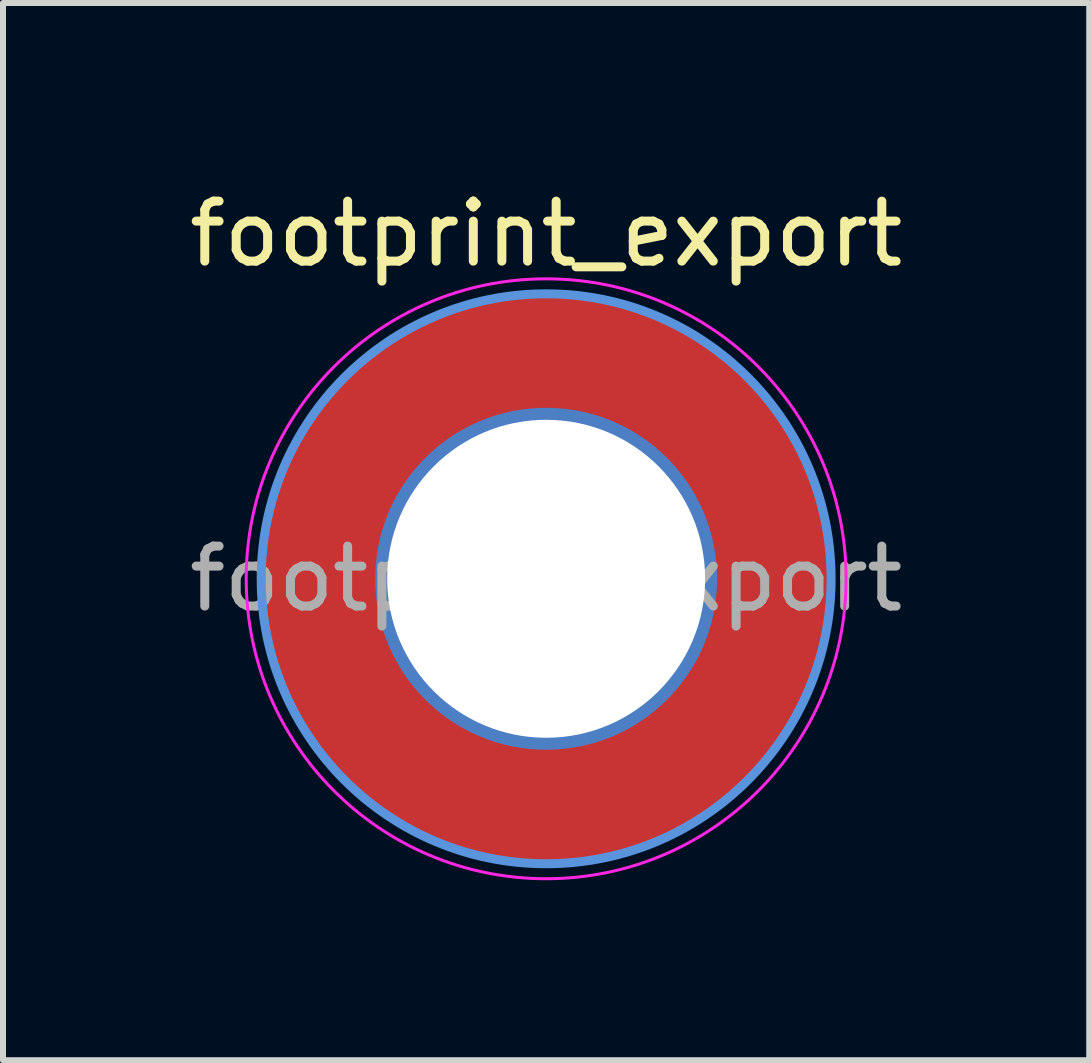
<source format=kicad_pcb>
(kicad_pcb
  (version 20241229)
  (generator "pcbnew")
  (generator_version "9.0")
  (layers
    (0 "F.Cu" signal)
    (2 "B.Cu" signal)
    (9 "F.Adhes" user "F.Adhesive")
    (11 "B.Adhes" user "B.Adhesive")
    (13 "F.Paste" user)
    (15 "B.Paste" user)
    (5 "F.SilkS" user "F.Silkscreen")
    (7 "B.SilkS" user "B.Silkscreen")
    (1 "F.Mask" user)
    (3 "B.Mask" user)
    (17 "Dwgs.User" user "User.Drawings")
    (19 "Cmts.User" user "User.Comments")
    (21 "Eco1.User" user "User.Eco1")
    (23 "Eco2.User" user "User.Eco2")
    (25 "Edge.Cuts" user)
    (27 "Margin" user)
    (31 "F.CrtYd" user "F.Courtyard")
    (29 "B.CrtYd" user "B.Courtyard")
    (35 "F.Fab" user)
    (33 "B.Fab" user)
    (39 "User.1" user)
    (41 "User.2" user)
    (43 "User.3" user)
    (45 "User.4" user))
  (footprint "footprint_export"
    (layer "F.Cu")
    (at 6.054 6.598)
    (property "Reference" "footprint_export" (at 0 -5.75 0) (layer "F.SilkS") (effects (font (size 1 1) (thickness 0.15))))
    (attr exclude_from_pos_files exclude_from_bom)
    (fp_circle (center 0 0) (end 4.75 0) (stroke (width 0.15) (type solid)) (fill no) (layer "Cmts.User"))
    (fp_circle (center 0 0) (end 5 0) (stroke (width 0.05) (type solid)) (fill no) (layer "F.CrtYd"))
    (fp_text user "${REFERENCE}" (at 0 0 0) (layer "F.Fab") (effects (font (size 1 1) (thickness 0.15))))
    (pad "1" thru_hole circle (at 0 0) (size 5.7 5.7) (drill 5.3) (layers "*.Cu" "*.Mask"))
    (pad "1" connect circle (at 0 0) (size 9.5 9.5) (layers "F.Cu" "F.Mask")))
  (gr_rect
    (start -3 -3)
    (end 15.107 14.623)
    (stroke (width 0.1) (type default))
    (fill no)
    (layer "Edge.Cuts")))
</source>
